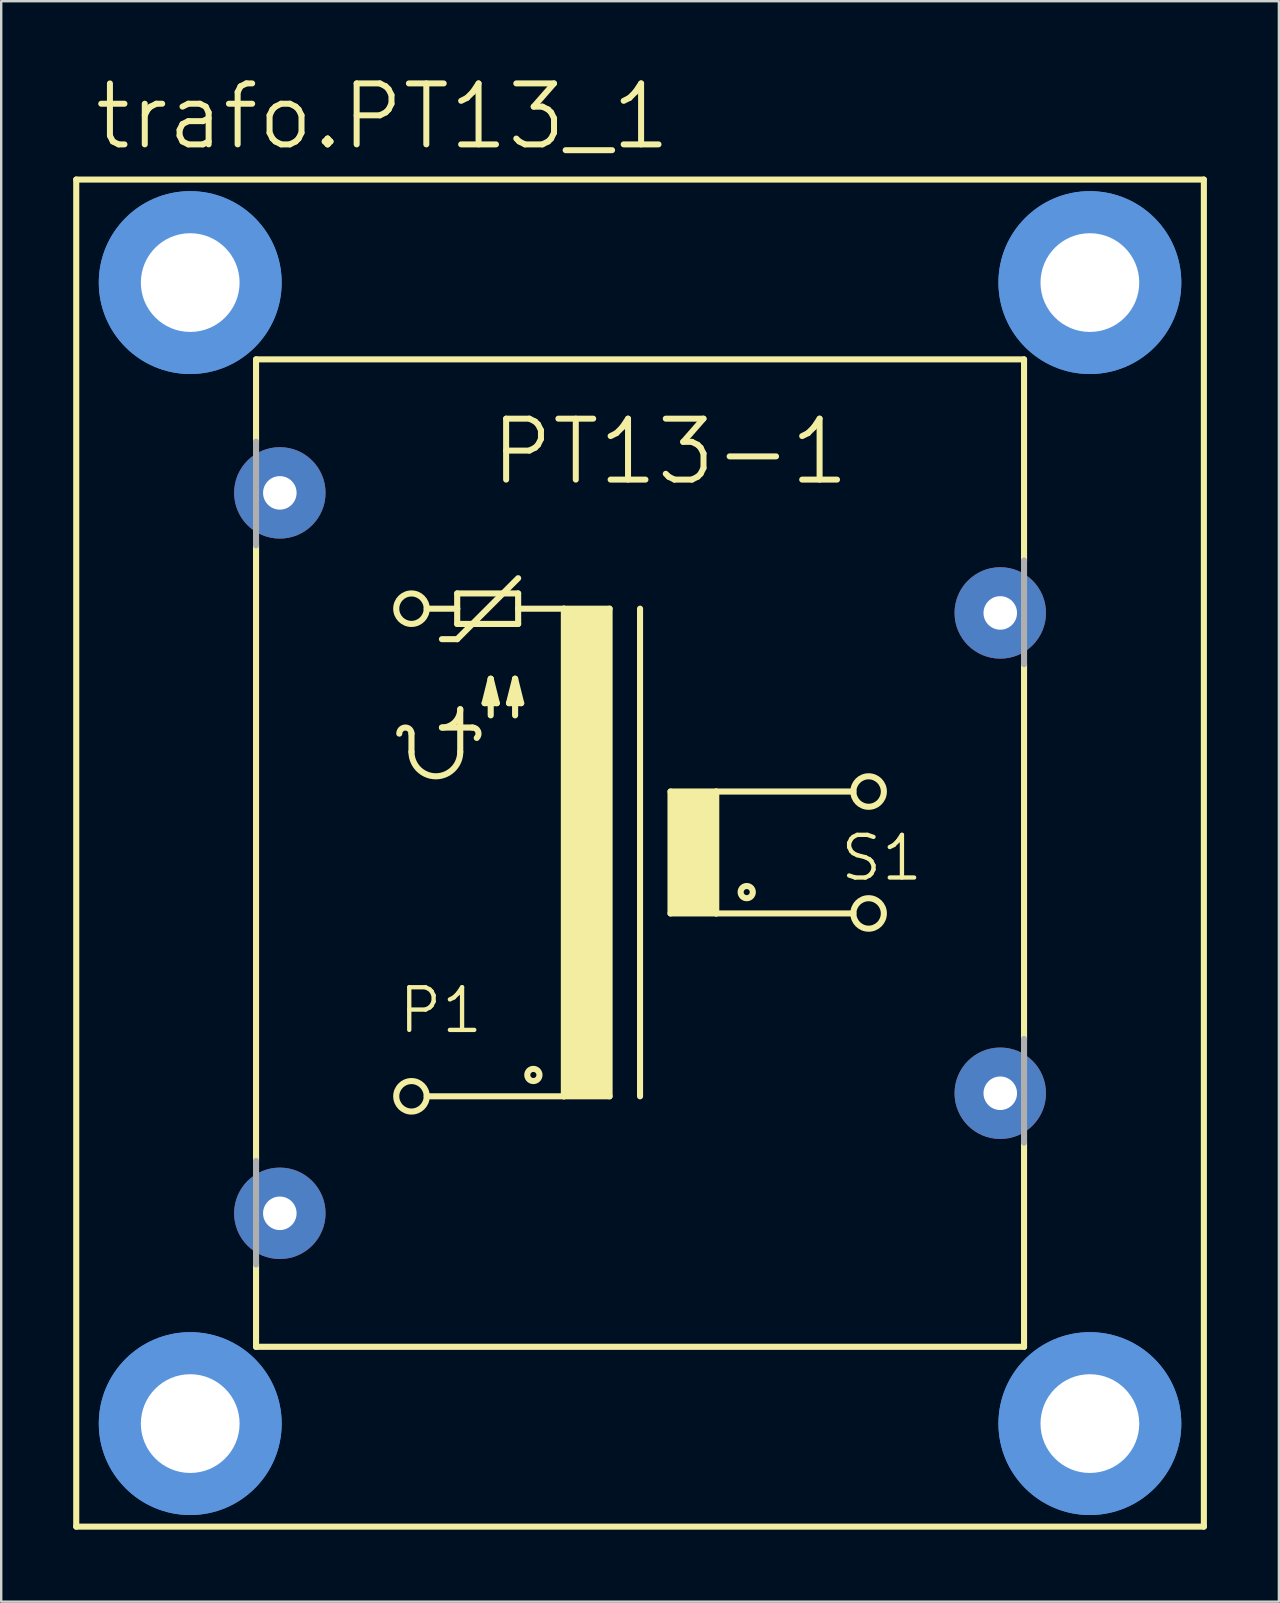
<source format=kicad_pcb>
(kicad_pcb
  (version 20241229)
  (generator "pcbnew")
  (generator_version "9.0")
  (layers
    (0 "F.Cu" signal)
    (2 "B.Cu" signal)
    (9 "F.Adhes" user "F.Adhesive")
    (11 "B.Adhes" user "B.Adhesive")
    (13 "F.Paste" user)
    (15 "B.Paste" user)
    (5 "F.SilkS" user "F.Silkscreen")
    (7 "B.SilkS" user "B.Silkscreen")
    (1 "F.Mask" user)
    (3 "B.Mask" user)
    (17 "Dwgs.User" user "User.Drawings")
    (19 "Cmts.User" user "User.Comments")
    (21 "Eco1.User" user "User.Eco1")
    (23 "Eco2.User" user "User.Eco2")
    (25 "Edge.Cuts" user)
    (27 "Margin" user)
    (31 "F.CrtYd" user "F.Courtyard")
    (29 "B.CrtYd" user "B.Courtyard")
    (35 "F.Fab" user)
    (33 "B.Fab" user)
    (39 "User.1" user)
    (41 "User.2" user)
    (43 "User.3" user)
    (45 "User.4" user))
  (footprint "trafo.PT13_1"
    (layer "F.Cu")
    (at 23.622 32.5)
    (property "Reference" "trafo.PT13_1" (at -22.86 -29.21 0) (layer "F.SilkS") (effects (font (size 2.54 2.54) (thickness 0.25)) (justify left bottom)))
    (attr through_hole)
    (fp_line (start -23.495 28.067) (end -23.495 -28.067) (stroke (width 0.254) (type default)) (layer "F.SilkS"))
    (fp_line (start -23.495 28.067) (end 23.495 28.067) (stroke (width 0.254) (type default)) (layer "F.SilkS"))
    (fp_line (start -16.002 -20.574) (end -16.002 -17.145) (stroke (width 0.254) (type default)) (layer "F.SilkS"))
    (fp_line (start -16.002 -12.827) (end -16.002 12.827) (stroke (width 0.254) (type default)) (layer "F.SilkS"))
    (fp_line (start -16.002 20.574) (end -16.002 17.145) (stroke (width 0.254) (type default)) (layer "F.SilkS"))
    (fp_line (start -16.002 20.574) (end 16.002 20.574) (stroke (width 0.254) (type default)) (layer "F.SilkS"))
    (fp_line (start -9.525 -4.216) (end -9.525 -4.978) (stroke (width 0.254) (type default)) (layer "F.SilkS"))
    (fp_line (start -8.89 -10.185) (end -7.62 -10.185) (stroke (width 0.254) (type default)) (layer "F.SilkS"))
    (fp_line (start -8.255 -8.915) (end -7.62 -8.915) (stroke (width 0.254) (type default)) (layer "F.SilkS"))
    (fp_line (start -8.255 -5.232) (end -6.985 -5.232) (stroke (width 0.254) (type default)) (layer "F.SilkS"))
    (fp_line (start -7.62 -10.82) (end -5.08 -10.82) (stroke (width 0.254) (type default)) (layer "F.SilkS"))
    (fp_line (start -7.62 -10.185) (end -7.62 -10.82) (stroke (width 0.254) (type default)) (layer "F.SilkS"))
    (fp_line (start -7.62 -9.55) (end -7.62 -10.185) (stroke (width 0.254) (type default)) (layer "F.SilkS"))
    (fp_line (start -7.62 -8.915) (end -5.08 -11.455) (stroke (width 0.254) (type default)) (layer "F.SilkS"))
    (fp_line (start -7.493 -4.216) (end -7.493 -5.994) (stroke (width 0.254) (type default)) (layer "F.SilkS"))
    (fp_line (start -6.477 -6.248) (end -5.969 -6.248) (stroke (width 0.254) (type default)) (layer "F.SilkS"))
    (fp_line (start -6.223 -7.264) (end -6.477 -6.248) (stroke (width 0.254) (type default)) (layer "F.SilkS"))
    (fp_line (start -6.223 -5.74) (end -6.223 -7.264) (stroke (width 0.254) (type default)) (layer "F.SilkS"))
    (fp_line (start -5.969 -6.248) (end -6.223 -7.264) (stroke (width 0.254) (type default)) (layer "F.SilkS"))
    (fp_line (start -5.461 -6.248) (end -4.953 -6.248) (stroke (width 0.254) (type default)) (layer "F.SilkS"))
    (fp_line (start -5.207 -7.264) (end -5.461 -6.248) (stroke (width 0.254) (type default)) (layer "F.SilkS"))
    (fp_line (start -5.207 -5.74) (end -5.207 -7.264) (stroke (width 0.254) (type default)) (layer "F.SilkS"))
    (fp_line (start -5.08 -10.82) (end -5.08 -10.185) (stroke (width 0.254) (type default)) (layer "F.SilkS"))
    (fp_line (start -5.08 -10.185) (end -5.08 -9.55) (stroke (width 0.254) (type default)) (layer "F.SilkS"))
    (fp_line (start -5.08 -10.185) (end -3.175 -10.185) (stroke (width 0.254) (type default)) (layer "F.SilkS"))
    (fp_line (start -5.08 -9.55) (end -7.62 -9.55) (stroke (width 0.254) (type default)) (layer "F.SilkS"))
    (fp_line (start -4.953 -6.248) (end -5.207 -7.264) (stroke (width 0.254) (type default)) (layer "F.SilkS"))
    (fp_line (start -3.175 -10.185) (end -3.175 10.135) (stroke (width 0.254) (type default)) (layer "F.SilkS"))
    (fp_line (start -3.175 -10.185) (end -1.27 -10.185) (stroke (width 0.254) (type default)) (layer "F.SilkS"))
    (fp_line (start -3.175 10.135) (end -8.89 10.135) (stroke (width 0.254) (type default)) (layer "F.SilkS"))
    (fp_line (start -1.27 -10.185) (end -1.27 10.135) (stroke (width 0.254) (type default)) (layer "F.SilkS"))
    (fp_line (start -1.27 10.135) (end -3.175 10.135) (stroke (width 0.254) (type default)) (layer "F.SilkS"))
    (fp_line (start 0 -10.185) (end 0 10.135) (stroke (width 0.254) (type default)) (layer "F.SilkS"))
    (fp_line (start 1.27 -2.565) (end 1.27 2.515) (stroke (width 0.254) (type default)) (layer "F.SilkS"))
    (fp_line (start 1.27 -2.565) (end 3.175 -2.565) (stroke (width 0.254) (type default)) (layer "F.SilkS"))
    (fp_line (start 1.27 2.515) (end 3.175 2.515) (stroke (width 0.254) (type default)) (layer "F.SilkS"))
    (fp_line (start 3.175 -2.565) (end 8.89 -2.565) (stroke (width 0.254) (type default)) (layer "F.SilkS"))
    (fp_line (start 3.175 2.515) (end 3.175 -2.565) (stroke (width 0.254) (type default)) (layer "F.SilkS"))
    (fp_line (start 3.175 2.515) (end 8.89 2.515) (stroke (width 0.254) (type default)) (layer "F.SilkS"))
    (fp_line (start 16.002 -20.574) (end -16.002 -20.574) (stroke (width 0.254) (type default)) (layer "F.SilkS"))
    (fp_line (start 16.002 -20.574) (end 16.002 -12.192) (stroke (width 0.254) (type default)) (layer "F.SilkS"))
    (fp_line (start 16.002 -7.874) (end 16.002 7.747) (stroke (width 0.254) (type default)) (layer "F.SilkS"))
    (fp_line (start 16.002 20.574) (end 16.002 12.065) (stroke (width 0.254) (type default)) (layer "F.SilkS"))
    (fp_line (start 23.495 -28.067) (end -23.495 -28.067) (stroke (width 0.254) (type default)) (layer "F.SilkS"))
    (fp_line (start 23.495 -28.067) (end 23.495 28.067) (stroke (width 0.254) (type default)) (layer "F.SilkS"))
    (fp_rect (start -3.175 10.135) (end -1.27 -10.185) (stroke (width 0.05) (type default)) (fill yes) (layer "F.SilkS"))
    (fp_rect (start 1.27 2.515) (end 3.175 -2.565) (stroke (width 0.05) (type default)) (fill yes) (layer "F.SilkS"))
    (fp_arc (start -10.033 -4.9784) (mid -9.779 -5.2324) (end -9.525 -4.9784) (stroke (width 0.254) (type default)) (layer "F.SilkS"))
    (fp_arc (start -7.493 -5.9944) (mid -7.716185 -5.455585) (end -8.255 -5.2324) (stroke (width 0.254) (type default)) (layer "F.SilkS"))
    (fp_arc (start -7.493 -4.2164) (mid -8.509 -3.2004) (end -9.525 -4.2164) (stroke (width 0.254) (type default)) (layer "F.SilkS"))
    (fp_arc (start -6.985 -5.2324) (mid -6.750338 -5.075603) (end -6.8054 -4.7988) (stroke (width 0.254) (type default)) (layer "F.SilkS"))
    (fp_circle (center -9.525 -10.185) (end -8.89 -10.185) (stroke (width 0.254) (type default)) (fill no) (layer "F.SilkS"))
    (fp_circle (center -9.525 10.135) (end -8.89 10.135) (stroke (width 0.254) (type default)) (fill no) (layer "F.SilkS"))
    (fp_circle (center -4.445 9.246) (end -4.191 9.246) (stroke (width 0.254) (type default)) (fill no) (layer "F.SilkS"))
    (fp_circle (center 4.445 1.626) (end 4.699 1.626) (stroke (width 0.254) (type default)) (fill no) (layer "F.SilkS"))
    (fp_circle (center 9.525 -2.565) (end 10.16 -2.565) (stroke (width 0.254) (type default)) (fill no) (layer "F.SilkS"))
    (fp_circle (center 9.525 2.515) (end 10.16 2.515) (stroke (width 0.254) (type default)) (fill no) (layer "F.SilkS"))
    (fp_circle (center -18.745 -23.774) (end -15.824 -23.774) (stroke (width 1.778) (type default)) (fill no) (layer "Cmts.User"))
    (fp_circle (center -18.745 -23.774) (end -15.824 -23.774) (stroke (width 1.778) (type default)) (fill no) (layer "Cmts.User"))
    (fp_circle (center -18.745 23.774) (end -15.824 23.774) (stroke (width 1.778) (type default)) (fill no) (layer "Cmts.User"))
    (fp_circle (center -18.745 23.774) (end -15.824 23.774) (stroke (width 1.778) (type default)) (fill no) (layer "Cmts.User"))
    (fp_circle (center 18.745 -23.774) (end 21.666 -23.774) (stroke (width 1.778) (type default)) (fill no) (layer "Cmts.User"))
    (fp_circle (center 18.745 -23.774) (end 21.666 -23.774) (stroke (width 1.778) (type default)) (fill no) (layer "Cmts.User"))
    (fp_circle (center 18.745 23.774) (end 21.666 23.774) (stroke (width 1.778) (type default)) (fill no) (layer "Cmts.User"))
    (fp_circle (center 18.745 23.774) (end 21.666 23.774) (stroke (width 1.778) (type default)) (fill no) (layer "Cmts.User"))
    (fp_line (start -16.002 -12.827) (end -16.002 -17.145) (stroke (width 0.254) (type default)) (layer "F.Fab"))
    (fp_line (start -16.002 17.145) (end -16.002 12.827) (stroke (width 0.254) (type default)) (layer "F.Fab"))
    (fp_line (start 16.002 -7.874) (end 16.002 -12.192) (stroke (width 0.254) (type default)) (layer "F.Fab"))
    (fp_line (start 16.002 12.065) (end 16.002 7.747) (stroke (width 0.254) (type default)) (layer "F.Fab"))
    (fp_text user "PT13-1" (at -6.35 -15.24 0) (layer "F.SilkS") (effects (font (size 2.54 2.54) (thickness 0.25)) (justify left bottom)))
    (fp_text user "S1" (at 8.255 1.245 0) (layer "F.SilkS") (effects (font (size 1.778 1.778) (thickness 0.18)) (justify left bottom)))
    (fp_text user "P1" (at -10.16 7.595 0) (layer "F.SilkS") (effects (font (size 1.778 1.778) (thickness 0.18)) (justify left bottom)))
    (pad "" np_thru_hole circle (at -18.745 -23.774) (size 4.115 4.115) (drill 4.115) (layers "*.Cu" "*.Mask"))
    (pad "" np_thru_hole circle (at -18.745 23.774) (size 4.115 4.115) (drill 4.115) (layers "*.Cu" "*.Mask"))
    (pad "" np_thru_hole circle (at 18.745 -23.774) (size 4.115 4.115) (drill 4.115) (layers "*.Cu" "*.Mask"))
    (pad "" np_thru_hole circle (at 18.745 23.774) (size 4.115 4.115) (drill 4.115) (layers "*.Cu" "*.Mask"))
    (pad "1" thru_hole circle (at -15.011 -15.011) (size 3.81 3.81) (drill 1.397) (layers "*.Cu" "*.Mask"))
    (pad "2" thru_hole circle (at -15.011 15.011) (size 3.81 3.81) (drill 1.397) (layers "*.Cu" "*.Mask"))
    (pad "3" thru_hole circle (at 15.011 10.008) (size 3.81 3.81) (drill 1.397) (layers "*.Cu" "*.Mask"))
    (pad "4" thru_hole circle (at 15.011 -10.008) (size 3.81 3.81) (drill 1.397) (layers "*.Cu" "*.Mask")))
  (gr_rect
    (start -3 -3)
    (end 50.244 63.694)
    (stroke (width 0.1) (type default))
    (fill no)
    (layer "Edge.Cuts")))
</source>
